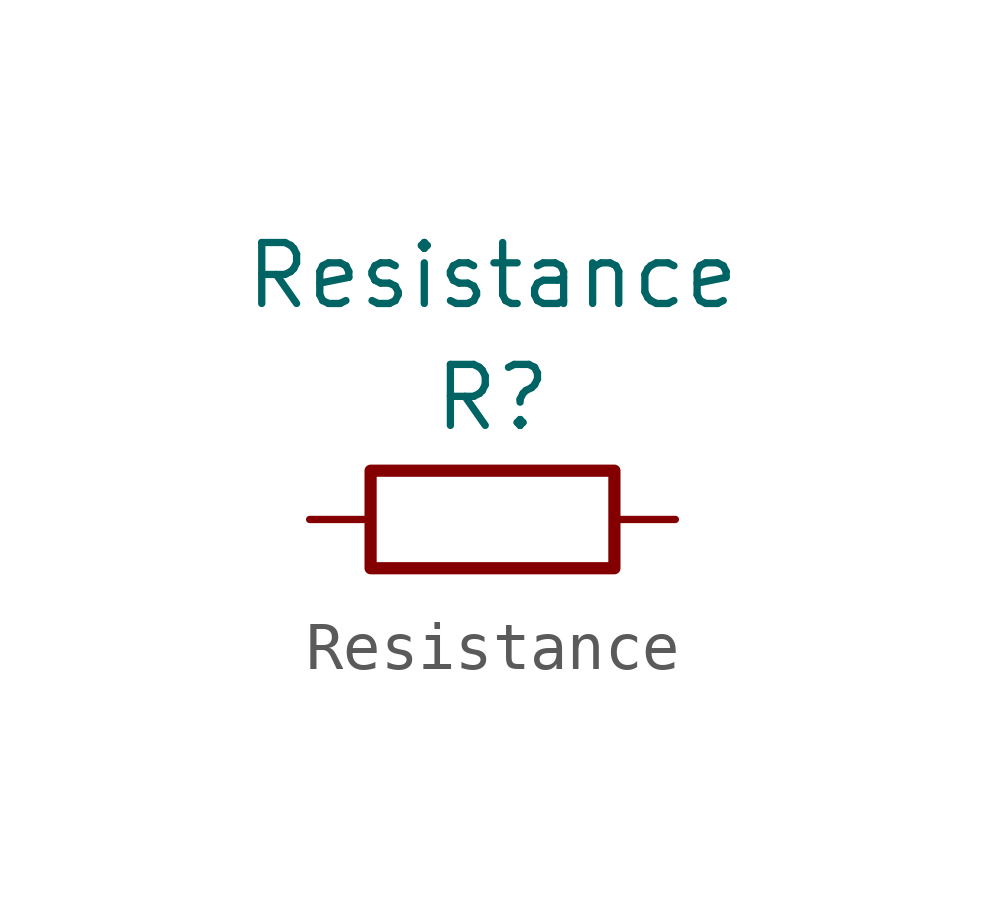
<source format=kicad_sym>
(kicad_symbol_lib
  (version 20211014)
  (generator kicad_symbol_editor)
  (symbol "Resistance"
    (pin_numbers hide)
    (pin_names
      (offset 0))
    (property "Reference" "R"
      (at 0 2.54 0)
      (effects (font (size 1.27 1.27))))
    (property "Value" "Resistance"
      (at 0 5.08 0)
      (effects (font (size 1.27 1.27))))
    (symbol "Resistance_0_1"
      (rectangle (start -2.54 1.016) (end 2.54 -1.016) (stroke (width 0.254) (type default) (color 0 0 0 0)) (fill (type none))))
    (symbol "Resistance_1_1"
      (pin passive line (at 3.81 0 180) (length 1.27) (name "~" (effects (font (size 1.27 1.27)))) (number "1" (effects (font (size 1.27 1.27)))))
      (pin passive line (at -3.81 0 0) (length 1.27) (name "~" (effects (font (size 1.27 1.27)))) (number "2" (effects (font (size 1.27 1.27))))))))
</source>
